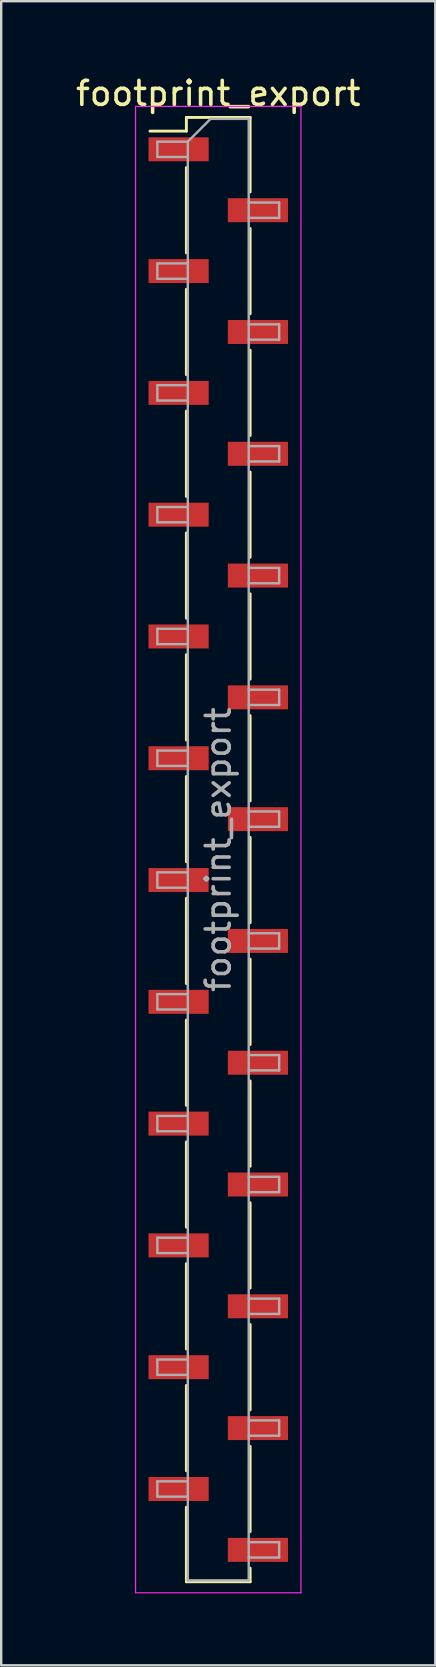
<source format=kicad_pcb>
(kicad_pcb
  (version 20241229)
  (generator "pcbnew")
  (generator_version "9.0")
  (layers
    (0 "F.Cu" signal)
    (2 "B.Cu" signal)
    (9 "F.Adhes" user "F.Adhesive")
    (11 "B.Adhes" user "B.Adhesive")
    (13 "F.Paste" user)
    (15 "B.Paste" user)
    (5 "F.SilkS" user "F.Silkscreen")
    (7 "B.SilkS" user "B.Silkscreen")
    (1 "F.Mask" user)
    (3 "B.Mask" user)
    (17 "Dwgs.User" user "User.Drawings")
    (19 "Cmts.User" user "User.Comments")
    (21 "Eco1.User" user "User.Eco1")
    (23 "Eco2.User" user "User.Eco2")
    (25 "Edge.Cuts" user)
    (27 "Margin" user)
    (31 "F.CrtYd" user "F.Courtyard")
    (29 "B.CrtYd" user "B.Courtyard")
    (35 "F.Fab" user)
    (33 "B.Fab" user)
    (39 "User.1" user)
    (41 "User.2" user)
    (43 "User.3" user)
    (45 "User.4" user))
  (footprint "footprint_export"
    (layer "F.Cu")
    (at 6.054 32.388)
    (property "Reference" "footprint_export" (at 0 -31.54 0) (layer "F.SilkS") (effects (font (size 1 1) (thickness 0.15))))
    (attr smd)
    (fp_line (start -1.33 -30.54) (end -1.33 -29.97) (stroke (width 0.12) (type solid)) (layer "F.SilkS"))
    (fp_line (start -1.33 -30.54) (end 1.33 -30.54) (stroke (width 0.12) (type solid)) (layer "F.SilkS"))
    (fp_line (start -1.33 -29.97) (end -2.85 -29.97) (stroke (width 0.12) (type solid)) (layer "F.SilkS"))
    (fp_line (start -1.33 -28.45) (end -1.33 -24.89) (stroke (width 0.12) (type solid)) (layer "F.SilkS"))
    (fp_line (start -1.33 -23.37) (end -1.33 -19.81) (stroke (width 0.12) (type solid)) (layer "F.SilkS"))
    (fp_line (start -1.33 -18.29) (end -1.33 -14.73) (stroke (width 0.12) (type solid)) (layer "F.SilkS"))
    (fp_line (start -1.33 -13.21) (end -1.33 -9.65) (stroke (width 0.12) (type solid)) (layer "F.SilkS"))
    (fp_line (start -1.33 -8.13) (end -1.33 -4.57) (stroke (width 0.12) (type solid)) (layer "F.SilkS"))
    (fp_line (start -1.33 -3.05) (end -1.33 0.51) (stroke (width 0.12) (type solid)) (layer "F.SilkS"))
    (fp_line (start -1.33 2.03) (end -1.33 5.59) (stroke (width 0.12) (type solid)) (layer "F.SilkS"))
    (fp_line (start -1.33 7.11) (end -1.33 10.67) (stroke (width 0.12) (type solid)) (layer "F.SilkS"))
    (fp_line (start -1.33 12.19) (end -1.33 15.75) (stroke (width 0.12) (type solid)) (layer "F.SilkS"))
    (fp_line (start -1.33 17.27) (end -1.33 20.83) (stroke (width 0.12) (type solid)) (layer "F.SilkS"))
    (fp_line (start -1.33 22.35) (end -1.33 25.91) (stroke (width 0.12) (type solid)) (layer "F.SilkS"))
    (fp_line (start -1.33 27.43) (end -1.33 30.54) (stroke (width 0.12) (type solid)) (layer "F.SilkS"))
    (fp_line (start -1.33 30.54) (end 1.33 30.54) (stroke (width 0.12) (type solid)) (layer "F.SilkS"))
    (fp_line (start 1.33 -30.54) (end 1.33 -27.43) (stroke (width 0.12) (type solid)) (layer "F.SilkS"))
    (fp_line (start 1.33 -25.91) (end 1.33 -22.35) (stroke (width 0.12) (type solid)) (layer "F.SilkS"))
    (fp_line (start 1.33 -20.83) (end 1.33 -17.27) (stroke (width 0.12) (type solid)) (layer "F.SilkS"))
    (fp_line (start 1.33 -15.75) (end 1.33 -12.19) (stroke (width 0.12) (type solid)) (layer "F.SilkS"))
    (fp_line (start 1.33 -10.67) (end 1.33 -7.11) (stroke (width 0.12) (type solid)) (layer "F.SilkS"))
    (fp_line (start 1.33 -5.59) (end 1.33 -2.03) (stroke (width 0.12) (type solid)) (layer "F.SilkS"))
    (fp_line (start 1.33 -0.51) (end 1.33 3.05) (stroke (width 0.12) (type solid)) (layer "F.SilkS"))
    (fp_line (start 1.33 4.57) (end 1.33 8.13) (stroke (width 0.12) (type solid)) (layer "F.SilkS"))
    (fp_line (start 1.33 9.65) (end 1.33 13.21) (stroke (width 0.12) (type solid)) (layer "F.SilkS"))
    (fp_line (start 1.33 14.73) (end 1.33 18.29) (stroke (width 0.12) (type solid)) (layer "F.SilkS"))
    (fp_line (start 1.33 19.81) (end 1.33 23.37) (stroke (width 0.12) (type solid)) (layer "F.SilkS"))
    (fp_line (start 1.33 24.89) (end 1.33 28.45) (stroke (width 0.12) (type solid)) (layer "F.SilkS"))
    (fp_line (start 1.33 29.97) (end 1.33 30.54) (stroke (width 0.12) (type solid)) (layer "F.SilkS"))
    (fp_line (start -3.45 -31) (end -3.45 31) (stroke (width 0.05) (type solid)) (layer "F.CrtYd"))
    (fp_line (start -3.45 31) (end 3.45 31) (stroke (width 0.05) (type solid)) (layer "F.CrtYd"))
    (fp_line (start 3.45 -31) (end -3.45 -31) (stroke (width 0.05) (type solid)) (layer "F.CrtYd"))
    (fp_line (start 3.45 31) (end 3.45 -31) (stroke (width 0.05) (type solid)) (layer "F.CrtYd"))
    (fp_line (start -2.54 -29.53) (end -2.54 -28.89) (stroke (width 0.1) (type solid)) (layer "F.Fab"))
    (fp_line (start -2.54 -28.89) (end -1.27 -28.89) (stroke (width 0.1) (type solid)) (layer "F.Fab"))
    (fp_line (start -2.54 -24.45) (end -2.54 -23.81) (stroke (width 0.1) (type solid)) (layer "F.Fab"))
    (fp_line (start -2.54 -23.81) (end -1.27 -23.81) (stroke (width 0.1) (type solid)) (layer "F.Fab"))
    (fp_line (start -2.54 -19.37) (end -2.54 -18.73) (stroke (width 0.1) (type solid)) (layer "F.Fab"))
    (fp_line (start -2.54 -18.73) (end -1.27 -18.73) (stroke (width 0.1) (type solid)) (layer "F.Fab"))
    (fp_line (start -2.54 -14.29) (end -2.54 -13.65) (stroke (width 0.1) (type solid)) (layer "F.Fab"))
    (fp_line (start -2.54 -13.65) (end -1.27 -13.65) (stroke (width 0.1) (type solid)) (layer "F.Fab"))
    (fp_line (start -2.54 -9.21) (end -2.54 -8.57) (stroke (width 0.1) (type solid)) (layer "F.Fab"))
    (fp_line (start -2.54 -8.57) (end -1.27 -8.57) (stroke (width 0.1) (type solid)) (layer "F.Fab"))
    (fp_line (start -2.54 -4.13) (end -2.54 -3.49) (stroke (width 0.1) (type solid)) (layer "F.Fab"))
    (fp_line (start -2.54 -3.49) (end -1.27 -3.49) (stroke (width 0.1) (type solid)) (layer "F.Fab"))
    (fp_line (start -2.54 0.95) (end -2.54 1.59) (stroke (width 0.1) (type solid)) (layer "F.Fab"))
    (fp_line (start -2.54 1.59) (end -1.27 1.59) (stroke (width 0.1) (type solid)) (layer "F.Fab"))
    (fp_line (start -2.54 6.03) (end -2.54 6.67) (stroke (width 0.1) (type solid)) (layer "F.Fab"))
    (fp_line (start -2.54 6.67) (end -1.27 6.67) (stroke (width 0.1) (type solid)) (layer "F.Fab"))
    (fp_line (start -2.54 11.11) (end -2.54 11.75) (stroke (width 0.1) (type solid)) (layer "F.Fab"))
    (fp_line (start -2.54 11.75) (end -1.27 11.75) (stroke (width 0.1) (type solid)) (layer "F.Fab"))
    (fp_line (start -2.54 16.19) (end -2.54 16.83) (stroke (width 0.1) (type solid)) (layer "F.Fab"))
    (fp_line (start -2.54 16.83) (end -1.27 16.83) (stroke (width 0.1) (type solid)) (layer "F.Fab"))
    (fp_line (start -2.54 21.27) (end -2.54 21.91) (stroke (width 0.1) (type solid)) (layer "F.Fab"))
    (fp_line (start -2.54 21.91) (end -1.27 21.91) (stroke (width 0.1) (type solid)) (layer "F.Fab"))
    (fp_line (start -2.54 26.35) (end -2.54 26.99) (stroke (width 0.1) (type solid)) (layer "F.Fab"))
    (fp_line (start -2.54 26.99) (end -1.27 26.99) (stroke (width 0.1) (type solid)) (layer "F.Fab"))
    (fp_line (start -1.27 -29.53) (end -2.54 -29.53) (stroke (width 0.1) (type solid)) (layer "F.Fab"))
    (fp_line (start -1.27 -29.53) (end -0.32 -30.48) (stroke (width 0.1) (type solid)) (layer "F.Fab"))
    (fp_line (start -1.27 -24.45) (end -2.54 -24.45) (stroke (width 0.1) (type solid)) (layer "F.Fab"))
    (fp_line (start -1.27 -19.37) (end -2.54 -19.37) (stroke (width 0.1) (type solid)) (layer "F.Fab"))
    (fp_line (start -1.27 -14.29) (end -2.54 -14.29) (stroke (width 0.1) (type solid)) (layer "F.Fab"))
    (fp_line (start -1.27 -9.21) (end -2.54 -9.21) (stroke (width 0.1) (type solid)) (layer "F.Fab"))
    (fp_line (start -1.27 -4.13) (end -2.54 -4.13) (stroke (width 0.1) (type solid)) (layer "F.Fab"))
    (fp_line (start -1.27 0.95) (end -2.54 0.95) (stroke (width 0.1) (type solid)) (layer "F.Fab"))
    (fp_line (start -1.27 6.03) (end -2.54 6.03) (stroke (width 0.1) (type solid)) (layer "F.Fab"))
    (fp_line (start -1.27 11.11) (end -2.54 11.11) (stroke (width 0.1) (type solid)) (layer "F.Fab"))
    (fp_line (start -1.27 16.19) (end -2.54 16.19) (stroke (width 0.1) (type solid)) (layer "F.Fab"))
    (fp_line (start -1.27 21.27) (end -2.54 21.27) (stroke (width 0.1) (type solid)) (layer "F.Fab"))
    (fp_line (start -1.27 26.35) (end -2.54 26.35) (stroke (width 0.1) (type solid)) (layer "F.Fab"))
    (fp_line (start -1.27 30.48) (end -1.27 -29.53) (stroke (width 0.1) (type solid)) (layer "F.Fab"))
    (fp_line (start -0.32 -30.48) (end 1.27 -30.48) (stroke (width 0.1) (type solid)) (layer "F.Fab"))
    (fp_line (start 1.27 -30.48) (end 1.27 30.48) (stroke (width 0.1) (type solid)) (layer "F.Fab"))
    (fp_line (start 1.27 -26.99) (end 2.54 -26.99) (stroke (width 0.1) (type solid)) (layer "F.Fab"))
    (fp_line (start 1.27 -21.91) (end 2.54 -21.91) (stroke (width 0.1) (type solid)) (layer "F.Fab"))
    (fp_line (start 1.27 -16.83) (end 2.54 -16.83) (stroke (width 0.1) (type solid)) (layer "F.Fab"))
    (fp_line (start 1.27 -11.75) (end 2.54 -11.75) (stroke (width 0.1) (type solid)) (layer "F.Fab"))
    (fp_line (start 1.27 -6.67) (end 2.54 -6.67) (stroke (width 0.1) (type solid)) (layer "F.Fab"))
    (fp_line (start 1.27 -1.59) (end 2.54 -1.59) (stroke (width 0.1) (type solid)) (layer "F.Fab"))
    (fp_line (start 1.27 3.49) (end 2.54 3.49) (stroke (width 0.1) (type solid)) (layer "F.Fab"))
    (fp_line (start 1.27 8.57) (end 2.54 8.57) (stroke (width 0.1) (type solid)) (layer "F.Fab"))
    (fp_line (start 1.27 13.65) (end 2.54 13.65) (stroke (width 0.1) (type solid)) (layer "F.Fab"))
    (fp_line (start 1.27 18.73) (end 2.54 18.73) (stroke (width 0.1) (type solid)) (layer "F.Fab"))
    (fp_line (start 1.27 23.81) (end 2.54 23.81) (stroke (width 0.1) (type solid)) (layer "F.Fab"))
    (fp_line (start 1.27 28.89) (end 2.54 28.89) (stroke (width 0.1) (type solid)) (layer "F.Fab"))
    (fp_line (start 1.27 30.48) (end -1.27 30.48) (stroke (width 0.1) (type solid)) (layer "F.Fab"))
    (fp_line (start 2.54 -26.99) (end 2.54 -26.35) (stroke (width 0.1) (type solid)) (layer "F.Fab"))
    (fp_line (start 2.54 -26.35) (end 1.27 -26.35) (stroke (width 0.1) (type solid)) (layer "F.Fab"))
    (fp_line (start 2.54 -21.91) (end 2.54 -21.27) (stroke (width 0.1) (type solid)) (layer "F.Fab"))
    (fp_line (start 2.54 -21.27) (end 1.27 -21.27) (stroke (width 0.1) (type solid)) (layer "F.Fab"))
    (fp_line (start 2.54 -16.83) (end 2.54 -16.19) (stroke (width 0.1) (type solid)) (layer "F.Fab"))
    (fp_line (start 2.54 -16.19) (end 1.27 -16.19) (stroke (width 0.1) (type solid)) (layer "F.Fab"))
    (fp_line (start 2.54 -11.75) (end 2.54 -11.11) (stroke (width 0.1) (type solid)) (layer "F.Fab"))
    (fp_line (start 2.54 -11.11) (end 1.27 -11.11) (stroke (width 0.1) (type solid)) (layer "F.Fab"))
    (fp_line (start 2.54 -6.67) (end 2.54 -6.03) (stroke (width 0.1) (type solid)) (layer "F.Fab"))
    (fp_line (start 2.54 -6.03) (end 1.27 -6.03) (stroke (width 0.1) (type solid)) (layer "F.Fab"))
    (fp_line (start 2.54 -1.59) (end 2.54 -0.95) (stroke (width 0.1) (type solid)) (layer "F.Fab"))
    (fp_line (start 2.54 -0.95) (end 1.27 -0.95) (stroke (width 0.1) (type solid)) (layer "F.Fab"))
    (fp_line (start 2.54 3.49) (end 2.54 4.13) (stroke (width 0.1) (type solid)) (layer "F.Fab"))
    (fp_line (start 2.54 4.13) (end 1.27 4.13) (stroke (width 0.1) (type solid)) (layer "F.Fab"))
    (fp_line (start 2.54 8.57) (end 2.54 9.21) (stroke (width 0.1) (type solid)) (layer "F.Fab"))
    (fp_line (start 2.54 9.21) (end 1.27 9.21) (stroke (width 0.1) (type solid)) (layer "F.Fab"))
    (fp_line (start 2.54 13.65) (end 2.54 14.29) (stroke (width 0.1) (type solid)) (layer "F.Fab"))
    (fp_line (start 2.54 14.29) (end 1.27 14.29) (stroke (width 0.1) (type solid)) (layer "F.Fab"))
    (fp_line (start 2.54 18.73) (end 2.54 19.37) (stroke (width 0.1) (type solid)) (layer "F.Fab"))
    (fp_line (start 2.54 19.37) (end 1.27 19.37) (stroke (width 0.1) (type solid)) (layer "F.Fab"))
    (fp_line (start 2.54 23.81) (end 2.54 24.45) (stroke (width 0.1) (type solid)) (layer "F.Fab"))
    (fp_line (start 2.54 24.45) (end 1.27 24.45) (stroke (width 0.1) (type solid)) (layer "F.Fab"))
    (fp_line (start 2.54 28.89) (end 2.54 29.53) (stroke (width 0.1) (type solid)) (layer "F.Fab"))
    (fp_line (start 2.54 29.53) (end 1.27 29.53) (stroke (width 0.1) (type solid)) (layer "F.Fab"))
    (fp_text user "${REFERENCE}" (at 0 0 90) (layer "F.Fab") (effects (font (size 1 1) (thickness 0.15))))
    (pad "1" smd rect (at -1.655 -29.21) (size 2.51 1) (layers "F.Cu" "F.Mask" "F.Paste"))
    (pad "2" smd rect (at 1.655 -26.67) (size 2.51 1) (layers "F.Cu" "F.Mask" "F.Paste"))
    (pad "3" smd rect (at -1.655 -24.13) (size 2.51 1) (layers "F.Cu" "F.Mask" "F.Paste"))
    (pad "4" smd rect (at 1.655 -21.59) (size 2.51 1) (layers "F.Cu" "F.Mask" "F.Paste"))
    (pad "5" smd rect (at -1.655 -19.05) (size 2.51 1) (layers "F.Cu" "F.Mask" "F.Paste"))
    (pad "6" smd rect (at 1.655 -16.51) (size 2.51 1) (layers "F.Cu" "F.Mask" "F.Paste"))
    (pad "7" smd rect (at -1.655 -13.97) (size 2.51 1) (layers "F.Cu" "F.Mask" "F.Paste"))
    (pad "8" smd rect (at 1.655 -11.43) (size 2.51 1) (layers "F.Cu" "F.Mask" "F.Paste"))
    (pad "9" smd rect (at -1.655 -8.89) (size 2.51 1) (layers "F.Cu" "F.Mask" "F.Paste"))
    (pad "10" smd rect (at 1.655 -6.35) (size 2.51 1) (layers "F.Cu" "F.Mask" "F.Paste"))
    (pad "11" smd rect (at -1.655 -3.81) (size 2.51 1) (layers "F.Cu" "F.Mask" "F.Paste"))
    (pad "12" smd rect (at 1.655 -1.27) (size 2.51 1) (layers "F.Cu" "F.Mask" "F.Paste"))
    (pad "13" smd rect (at -1.655 1.27) (size 2.51 1) (layers "F.Cu" "F.Mask" "F.Paste"))
    (pad "14" smd rect (at 1.655 3.81) (size 2.51 1) (layers "F.Cu" "F.Mask" "F.Paste"))
    (pad "15" smd rect (at -1.655 6.35) (size 2.51 1) (layers "F.Cu" "F.Mask" "F.Paste"))
    (pad "16" smd rect (at 1.655 8.89) (size 2.51 1) (layers "F.Cu" "F.Mask" "F.Paste"))
    (pad "17" smd rect (at -1.655 11.43) (size 2.51 1) (layers "F.Cu" "F.Mask" "F.Paste"))
    (pad "18" smd rect (at 1.655 13.97) (size 2.51 1) (layers "F.Cu" "F.Mask" "F.Paste"))
    (pad "19" smd rect (at -1.655 16.51) (size 2.51 1) (layers "F.Cu" "F.Mask" "F.Paste"))
    (pad "20" smd rect (at 1.655 19.05) (size 2.51 1) (layers "F.Cu" "F.Mask" "F.Paste"))
    (pad "21" smd rect (at -1.655 21.59) (size 2.51 1) (layers "F.Cu" "F.Mask" "F.Paste"))
    (pad "22" smd rect (at 1.655 24.13) (size 2.51 1) (layers "F.Cu" "F.Mask" "F.Paste"))
    (pad "23" smd rect (at -1.655 26.67) (size 2.51 1) (layers "F.Cu" "F.Mask" "F.Paste"))
    (pad "24" smd rect (at 1.655 29.21) (size 2.51 1) (layers "F.Cu" "F.Mask" "F.Paste")))
  (gr_rect
    (start -3 -3)
    (end 15.107 66.413)
    (stroke (width 0.1) (type default))
    (fill no)
    (layer "Edge.Cuts")))
</source>
